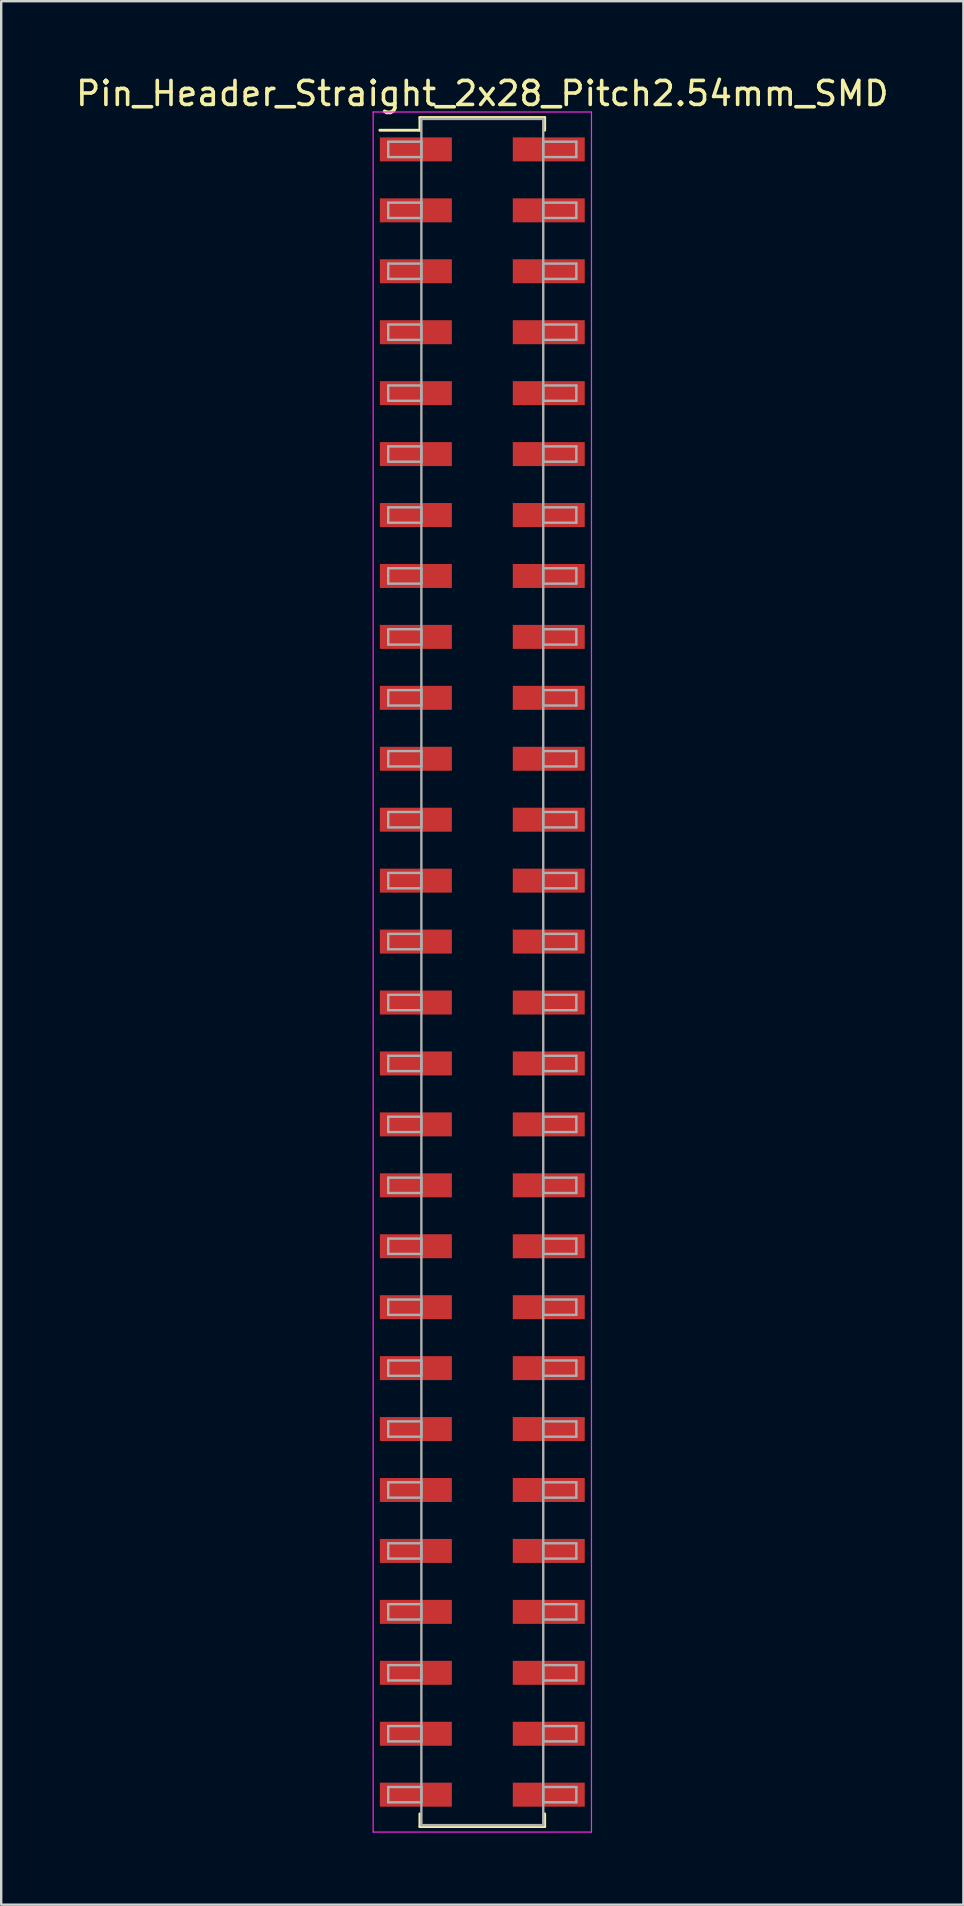
<source format=kicad_pcb>
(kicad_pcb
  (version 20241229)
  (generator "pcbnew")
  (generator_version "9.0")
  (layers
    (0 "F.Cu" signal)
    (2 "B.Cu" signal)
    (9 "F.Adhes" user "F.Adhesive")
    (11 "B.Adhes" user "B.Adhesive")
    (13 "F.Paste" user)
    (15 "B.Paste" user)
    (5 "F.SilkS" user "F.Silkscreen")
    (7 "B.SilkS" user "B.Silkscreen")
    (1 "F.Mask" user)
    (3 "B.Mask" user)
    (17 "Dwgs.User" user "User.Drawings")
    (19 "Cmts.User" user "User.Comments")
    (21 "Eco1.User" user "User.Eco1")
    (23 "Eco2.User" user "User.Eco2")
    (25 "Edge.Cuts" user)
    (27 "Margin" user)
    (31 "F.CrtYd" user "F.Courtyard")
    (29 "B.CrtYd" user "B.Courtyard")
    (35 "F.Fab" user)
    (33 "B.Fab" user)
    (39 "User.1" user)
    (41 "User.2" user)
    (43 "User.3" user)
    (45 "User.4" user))
  (footprint "Pin_Header_Straight_2x28_Pitch2.54mm_SMD"
    (layer "F.Cu")
    (at 17.054 37.468)
    (property "Reference" "Pin_Header_Straight_2x28_Pitch2.54mm_SMD" (at 0 -36.62 0) (layer "F.SilkS") (effects (font (size 1 1) (thickness 0.15))))
    (attr smd)
    (fp_line (start -4.27 -35.09) (end -2.6 -35.09) (stroke (width 0.12) (type solid)) (layer "F.SilkS"))
    (fp_line (start -2.6 -35.62) (end 2.6 -35.62) (stroke (width 0.12) (type solid)) (layer "F.SilkS"))
    (fp_line (start -2.6 -35.09) (end -2.6 -35.62) (stroke (width 0.12) (type solid)) (layer "F.SilkS"))
    (fp_line (start -2.6 35.09) (end -2.6 35.62) (stroke (width 0.12) (type solid)) (layer "F.SilkS"))
    (fp_line (start -2.6 35.62) (end 2.6 35.62) (stroke (width 0.12) (type solid)) (layer "F.SilkS"))
    (fp_line (start 2.6 -35.62) (end 2.6 -35.09) (stroke (width 0.12) (type solid)) (layer "F.SilkS"))
    (fp_line (start 2.6 35.62) (end 2.6 35.09) (stroke (width 0.12) (type solid)) (layer "F.SilkS"))
    (fp_line (start -4.55 -35.85) (end -4.55 35.85) (stroke (width 0.05) (type solid)) (layer "F.CrtYd"))
    (fp_line (start -4.55 35.85) (end 4.55 35.85) (stroke (width 0.05) (type solid)) (layer "F.CrtYd"))
    (fp_line (start 4.55 -35.85) (end -4.55 -35.85) (stroke (width 0.05) (type solid)) (layer "F.CrtYd"))
    (fp_line (start 4.55 35.85) (end 4.55 -35.85) (stroke (width 0.05) (type solid)) (layer "F.CrtYd"))
    (fp_line (start -3.92 -34.61) (end -2.54 -34.61) (stroke (width 0.1) (type solid)) (layer "F.Fab"))
    (fp_line (start -3.92 -33.97) (end -3.92 -34.61) (stroke (width 0.1) (type solid)) (layer "F.Fab"))
    (fp_line (start -3.92 -32.07) (end -2.54 -32.07) (stroke (width 0.1) (type solid)) (layer "F.Fab"))
    (fp_line (start -3.92 -31.43) (end -3.92 -32.07) (stroke (width 0.1) (type solid)) (layer "F.Fab"))
    (fp_line (start -3.92 -29.53) (end -2.54 -29.53) (stroke (width 0.1) (type solid)) (layer "F.Fab"))
    (fp_line (start -3.92 -28.89) (end -3.92 -29.53) (stroke (width 0.1) (type solid)) (layer "F.Fab"))
    (fp_line (start -3.92 -26.99) (end -2.54 -26.99) (stroke (width 0.1) (type solid)) (layer "F.Fab"))
    (fp_line (start -3.92 -26.35) (end -3.92 -26.99) (stroke (width 0.1) (type solid)) (layer "F.Fab"))
    (fp_line (start -3.92 -24.45) (end -2.54 -24.45) (stroke (width 0.1) (type solid)) (layer "F.Fab"))
    (fp_line (start -3.92 -23.81) (end -3.92 -24.45) (stroke (width 0.1) (type solid)) (layer "F.Fab"))
    (fp_line (start -3.92 -21.91) (end -2.54 -21.91) (stroke (width 0.1) (type solid)) (layer "F.Fab"))
    (fp_line (start -3.92 -21.27) (end -3.92 -21.91) (stroke (width 0.1) (type solid)) (layer "F.Fab"))
    (fp_line (start -3.92 -19.37) (end -2.54 -19.37) (stroke (width 0.1) (type solid)) (layer "F.Fab"))
    (fp_line (start -3.92 -18.73) (end -3.92 -19.37) (stroke (width 0.1) (type solid)) (layer "F.Fab"))
    (fp_line (start -3.92 -16.83) (end -2.54 -16.83) (stroke (width 0.1) (type solid)) (layer "F.Fab"))
    (fp_line (start -3.92 -16.19) (end -3.92 -16.83) (stroke (width 0.1) (type solid)) (layer "F.Fab"))
    (fp_line (start -3.92 -14.29) (end -2.54 -14.29) (stroke (width 0.1) (type solid)) (layer "F.Fab"))
    (fp_line (start -3.92 -13.65) (end -3.92 -14.29) (stroke (width 0.1) (type solid)) (layer "F.Fab"))
    (fp_line (start -3.92 -11.75) (end -2.54 -11.75) (stroke (width 0.1) (type solid)) (layer "F.Fab"))
    (fp_line (start -3.92 -11.11) (end -3.92 -11.75) (stroke (width 0.1) (type solid)) (layer "F.Fab"))
    (fp_line (start -3.92 -9.21) (end -2.54 -9.21) (stroke (width 0.1) (type solid)) (layer "F.Fab"))
    (fp_line (start -3.92 -8.57) (end -3.92 -9.21) (stroke (width 0.1) (type solid)) (layer "F.Fab"))
    (fp_line (start -3.92 -6.67) (end -2.54 -6.67) (stroke (width 0.1) (type solid)) (layer "F.Fab"))
    (fp_line (start -3.92 -6.03) (end -3.92 -6.67) (stroke (width 0.1) (type solid)) (layer "F.Fab"))
    (fp_line (start -3.92 -4.13) (end -2.54 -4.13) (stroke (width 0.1) (type solid)) (layer "F.Fab"))
    (fp_line (start -3.92 -3.49) (end -3.92 -4.13) (stroke (width 0.1) (type solid)) (layer "F.Fab"))
    (fp_line (start -3.92 -1.59) (end -2.54 -1.59) (stroke (width 0.1) (type solid)) (layer "F.Fab"))
    (fp_line (start -3.92 -0.95) (end -3.92 -1.59) (stroke (width 0.1) (type solid)) (layer "F.Fab"))
    (fp_line (start -3.92 0.95) (end -2.54 0.95) (stroke (width 0.1) (type solid)) (layer "F.Fab"))
    (fp_line (start -3.92 1.59) (end -3.92 0.95) (stroke (width 0.1) (type solid)) (layer "F.Fab"))
    (fp_line (start -3.92 3.49) (end -2.54 3.49) (stroke (width 0.1) (type solid)) (layer "F.Fab"))
    (fp_line (start -3.92 4.13) (end -3.92 3.49) (stroke (width 0.1) (type solid)) (layer "F.Fab"))
    (fp_line (start -3.92 6.03) (end -2.54 6.03) (stroke (width 0.1) (type solid)) (layer "F.Fab"))
    (fp_line (start -3.92 6.67) (end -3.92 6.03) (stroke (width 0.1) (type solid)) (layer "F.Fab"))
    (fp_line (start -3.92 8.57) (end -2.54 8.57) (stroke (width 0.1) (type solid)) (layer "F.Fab"))
    (fp_line (start -3.92 9.21) (end -3.92 8.57) (stroke (width 0.1) (type solid)) (layer "F.Fab"))
    (fp_line (start -3.92 11.11) (end -2.54 11.11) (stroke (width 0.1) (type solid)) (layer "F.Fab"))
    (fp_line (start -3.92 11.75) (end -3.92 11.11) (stroke (width 0.1) (type solid)) (layer "F.Fab"))
    (fp_line (start -3.92 13.65) (end -2.54 13.65) (stroke (width 0.1) (type solid)) (layer "F.Fab"))
    (fp_line (start -3.92 14.29) (end -3.92 13.65) (stroke (width 0.1) (type solid)) (layer "F.Fab"))
    (fp_line (start -3.92 16.19) (end -2.54 16.19) (stroke (width 0.1) (type solid)) (layer "F.Fab"))
    (fp_line (start -3.92 16.83) (end -3.92 16.19) (stroke (width 0.1) (type solid)) (layer "F.Fab"))
    (fp_line (start -3.92 18.73) (end -2.54 18.73) (stroke (width 0.1) (type solid)) (layer "F.Fab"))
    (fp_line (start -3.92 19.37) (end -3.92 18.73) (stroke (width 0.1) (type solid)) (layer "F.Fab"))
    (fp_line (start -3.92 21.27) (end -2.54 21.27) (stroke (width 0.1) (type solid)) (layer "F.Fab"))
    (fp_line (start -3.92 21.91) (end -3.92 21.27) (stroke (width 0.1) (type solid)) (layer "F.Fab"))
    (fp_line (start -3.92 23.81) (end -2.54 23.81) (stroke (width 0.1) (type solid)) (layer "F.Fab"))
    (fp_line (start -3.92 24.45) (end -3.92 23.81) (stroke (width 0.1) (type solid)) (layer "F.Fab"))
    (fp_line (start -3.92 26.35) (end -2.54 26.35) (stroke (width 0.1) (type solid)) (layer "F.Fab"))
    (fp_line (start -3.92 26.99) (end -3.92 26.35) (stroke (width 0.1) (type solid)) (layer "F.Fab"))
    (fp_line (start -3.92 28.89) (end -2.54 28.89) (stroke (width 0.1) (type solid)) (layer "F.Fab"))
    (fp_line (start -3.92 29.53) (end -3.92 28.89) (stroke (width 0.1) (type solid)) (layer "F.Fab"))
    (fp_line (start -3.92 31.43) (end -2.54 31.43) (stroke (width 0.1) (type solid)) (layer "F.Fab"))
    (fp_line (start -3.92 32.07) (end -3.92 31.43) (stroke (width 0.1) (type solid)) (layer "F.Fab"))
    (fp_line (start -3.92 33.97) (end -2.54 33.97) (stroke (width 0.1) (type solid)) (layer "F.Fab"))
    (fp_line (start -3.92 34.61) (end -3.92 33.97) (stroke (width 0.1) (type solid)) (layer "F.Fab"))
    (fp_line (start -2.54 -35.56) (end -2.54 35.56) (stroke (width 0.1) (type solid)) (layer "F.Fab"))
    (fp_line (start -2.54 -34.61) (end -2.54 -33.97) (stroke (width 0.1) (type solid)) (layer "F.Fab"))
    (fp_line (start -2.54 -33.97) (end -3.92 -33.97) (stroke (width 0.1) (type solid)) (layer "F.Fab"))
    (fp_line (start -2.54 -32.07) (end -2.54 -31.43) (stroke (width 0.1) (type solid)) (layer "F.Fab"))
    (fp_line (start -2.54 -31.43) (end -3.92 -31.43) (stroke (width 0.1) (type solid)) (layer "F.Fab"))
    (fp_line (start -2.54 -29.53) (end -2.54 -28.89) (stroke (width 0.1) (type solid)) (layer "F.Fab"))
    (fp_line (start -2.54 -28.89) (end -3.92 -28.89) (stroke (width 0.1) (type solid)) (layer "F.Fab"))
    (fp_line (start -2.54 -26.99) (end -2.54 -26.35) (stroke (width 0.1) (type solid)) (layer "F.Fab"))
    (fp_line (start -2.54 -26.35) (end -3.92 -26.35) (stroke (width 0.1) (type solid)) (layer "F.Fab"))
    (fp_line (start -2.54 -24.45) (end -2.54 -23.81) (stroke (width 0.1) (type solid)) (layer "F.Fab"))
    (fp_line (start -2.54 -23.81) (end -3.92 -23.81) (stroke (width 0.1) (type solid)) (layer "F.Fab"))
    (fp_line (start -2.54 -21.91) (end -2.54 -21.27) (stroke (width 0.1) (type solid)) (layer "F.Fab"))
    (fp_line (start -2.54 -21.27) (end -3.92 -21.27) (stroke (width 0.1) (type solid)) (layer "F.Fab"))
    (fp_line (start -2.54 -19.37) (end -2.54 -18.73) (stroke (width 0.1) (type solid)) (layer "F.Fab"))
    (fp_line (start -2.54 -18.73) (end -3.92 -18.73) (stroke (width 0.1) (type solid)) (layer "F.Fab"))
    (fp_line (start -2.54 -16.83) (end -2.54 -16.19) (stroke (width 0.1) (type solid)) (layer "F.Fab"))
    (fp_line (start -2.54 -16.19) (end -3.92 -16.19) (stroke (width 0.1) (type solid)) (layer "F.Fab"))
    (fp_line (start -2.54 -14.29) (end -2.54 -13.65) (stroke (width 0.1) (type solid)) (layer "F.Fab"))
    (fp_line (start -2.54 -13.65) (end -3.92 -13.65) (stroke (width 0.1) (type solid)) (layer "F.Fab"))
    (fp_line (start -2.54 -11.75) (end -2.54 -11.11) (stroke (width 0.1) (type solid)) (layer "F.Fab"))
    (fp_line (start -2.54 -11.11) (end -3.92 -11.11) (stroke (width 0.1) (type solid)) (layer "F.Fab"))
    (fp_line (start -2.54 -9.21) (end -2.54 -8.57) (stroke (width 0.1) (type solid)) (layer "F.Fab"))
    (fp_line (start -2.54 -8.57) (end -3.92 -8.57) (stroke (width 0.1) (type solid)) (layer "F.Fab"))
    (fp_line (start -2.54 -6.67) (end -2.54 -6.03) (stroke (width 0.1) (type solid)) (layer "F.Fab"))
    (fp_line (start -2.54 -6.03) (end -3.92 -6.03) (stroke (width 0.1) (type solid)) (layer "F.Fab"))
    (fp_line (start -2.54 -4.13) (end -2.54 -3.49) (stroke (width 0.1) (type solid)) (layer "F.Fab"))
    (fp_line (start -2.54 -3.49) (end -3.92 -3.49) (stroke (width 0.1) (type solid)) (layer "F.Fab"))
    (fp_line (start -2.54 -1.59) (end -2.54 -0.95) (stroke (width 0.1) (type solid)) (layer "F.Fab"))
    (fp_line (start -2.54 -0.95) (end -3.92 -0.95) (stroke (width 0.1) (type solid)) (layer "F.Fab"))
    (fp_line (start -2.54 0.95) (end -2.54 1.59) (stroke (width 0.1) (type solid)) (layer "F.Fab"))
    (fp_line (start -2.54 1.59) (end -3.92 1.59) (stroke (width 0.1) (type solid)) (layer "F.Fab"))
    (fp_line (start -2.54 3.49) (end -2.54 4.13) (stroke (width 0.1) (type solid)) (layer "F.Fab"))
    (fp_line (start -2.54 4.13) (end -3.92 4.13) (stroke (width 0.1) (type solid)) (layer "F.Fab"))
    (fp_line (start -2.54 6.03) (end -2.54 6.67) (stroke (width 0.1) (type solid)) (layer "F.Fab"))
    (fp_line (start -2.54 6.67) (end -3.92 6.67) (stroke (width 0.1) (type solid)) (layer "F.Fab"))
    (fp_line (start -2.54 8.57) (end -2.54 9.21) (stroke (width 0.1) (type solid)) (layer "F.Fab"))
    (fp_line (start -2.54 9.21) (end -3.92 9.21) (stroke (width 0.1) (type solid)) (layer "F.Fab"))
    (fp_line (start -2.54 11.11) (end -2.54 11.75) (stroke (width 0.1) (type solid)) (layer "F.Fab"))
    (fp_line (start -2.54 11.75) (end -3.92 11.75) (stroke (width 0.1) (type solid)) (layer "F.Fab"))
    (fp_line (start -2.54 13.65) (end -2.54 14.29) (stroke (width 0.1) (type solid)) (layer "F.Fab"))
    (fp_line (start -2.54 14.29) (end -3.92 14.29) (stroke (width 0.1) (type solid)) (layer "F.Fab"))
    (fp_line (start -2.54 16.19) (end -2.54 16.83) (stroke (width 0.1) (type solid)) (layer "F.Fab"))
    (fp_line (start -2.54 16.83) (end -3.92 16.83) (stroke (width 0.1) (type solid)) (layer "F.Fab"))
    (fp_line (start -2.54 18.73) (end -2.54 19.37) (stroke (width 0.1) (type solid)) (layer "F.Fab"))
    (fp_line (start -2.54 19.37) (end -3.92 19.37) (stroke (width 0.1) (type solid)) (layer "F.Fab"))
    (fp_line (start -2.54 21.27) (end -2.54 21.91) (stroke (width 0.1) (type solid)) (layer "F.Fab"))
    (fp_line (start -2.54 21.91) (end -3.92 21.91) (stroke (width 0.1) (type solid)) (layer "F.Fab"))
    (fp_line (start -2.54 23.81) (end -2.54 24.45) (stroke (width 0.1) (type solid)) (layer "F.Fab"))
    (fp_line (start -2.54 24.45) (end -3.92 24.45) (stroke (width 0.1) (type solid)) (layer "F.Fab"))
    (fp_line (start -2.54 26.35) (end -2.54 26.99) (stroke (width 0.1) (type solid)) (layer "F.Fab"))
    (fp_line (start -2.54 26.99) (end -3.92 26.99) (stroke (width 0.1) (type solid)) (layer "F.Fab"))
    (fp_line (start -2.54 28.89) (end -2.54 29.53) (stroke (width 0.1) (type solid)) (layer "F.Fab"))
    (fp_line (start -2.54 29.53) (end -3.92 29.53) (stroke (width 0.1) (type solid)) (layer "F.Fab"))
    (fp_line (start -2.54 31.43) (end -2.54 32.07) (stroke (width 0.1) (type solid)) (layer "F.Fab"))
    (fp_line (start -2.54 32.07) (end -3.92 32.07) (stroke (width 0.1) (type solid)) (layer "F.Fab"))
    (fp_line (start -2.54 33.97) (end -2.54 34.61) (stroke (width 0.1) (type solid)) (layer "F.Fab"))
    (fp_line (start -2.54 34.61) (end -3.92 34.61) (stroke (width 0.1) (type solid)) (layer "F.Fab"))
    (fp_line (start -2.54 35.56) (end 2.54 35.56) (stroke (width 0.1) (type solid)) (layer "F.Fab"))
    (fp_line (start 2.54 -35.56) (end -2.54 -35.56) (stroke (width 0.1) (type solid)) (layer "F.Fab"))
    (fp_line (start 2.54 -34.61) (end 2.54 -33.97) (stroke (width 0.1) (type solid)) (layer "F.Fab"))
    (fp_line (start 2.54 -33.97) (end 3.92 -33.97) (stroke (width 0.1) (type solid)) (layer "F.Fab"))
    (fp_line (start 2.54 -32.07) (end 2.54 -31.43) (stroke (width 0.1) (type solid)) (layer "F.Fab"))
    (fp_line (start 2.54 -31.43) (end 3.92 -31.43) (stroke (width 0.1) (type solid)) (layer "F.Fab"))
    (fp_line (start 2.54 -29.53) (end 2.54 -28.89) (stroke (width 0.1) (type solid)) (layer "F.Fab"))
    (fp_line (start 2.54 -28.89) (end 3.92 -28.89) (stroke (width 0.1) (type solid)) (layer "F.Fab"))
    (fp_line (start 2.54 -26.99) (end 2.54 -26.35) (stroke (width 0.1) (type solid)) (layer "F.Fab"))
    (fp_line (start 2.54 -26.35) (end 3.92 -26.35) (stroke (width 0.1) (type solid)) (layer "F.Fab"))
    (fp_line (start 2.54 -24.45) (end 2.54 -23.81) (stroke (width 0.1) (type solid)) (layer "F.Fab"))
    (fp_line (start 2.54 -23.81) (end 3.92 -23.81) (stroke (width 0.1) (type solid)) (layer "F.Fab"))
    (fp_line (start 2.54 -21.91) (end 2.54 -21.27) (stroke (width 0.1) (type solid)) (layer "F.Fab"))
    (fp_line (start 2.54 -21.27) (end 3.92 -21.27) (stroke (width 0.1) (type solid)) (layer "F.Fab"))
    (fp_line (start 2.54 -19.37) (end 2.54 -18.73) (stroke (width 0.1) (type solid)) (layer "F.Fab"))
    (fp_line (start 2.54 -18.73) (end 3.92 -18.73) (stroke (width 0.1) (type solid)) (layer "F.Fab"))
    (fp_line (start 2.54 -16.83) (end 2.54 -16.19) (stroke (width 0.1) (type solid)) (layer "F.Fab"))
    (fp_line (start 2.54 -16.19) (end 3.92 -16.19) (stroke (width 0.1) (type solid)) (layer "F.Fab"))
    (fp_line (start 2.54 -14.29) (end 2.54 -13.65) (stroke (width 0.1) (type solid)) (layer "F.Fab"))
    (fp_line (start 2.54 -13.65) (end 3.92 -13.65) (stroke (width 0.1) (type solid)) (layer "F.Fab"))
    (fp_line (start 2.54 -11.75) (end 2.54 -11.11) (stroke (width 0.1) (type solid)) (layer "F.Fab"))
    (fp_line (start 2.54 -11.11) (end 3.92 -11.11) (stroke (width 0.1) (type solid)) (layer "F.Fab"))
    (fp_line (start 2.54 -9.21) (end 2.54 -8.57) (stroke (width 0.1) (type solid)) (layer "F.Fab"))
    (fp_line (start 2.54 -8.57) (end 3.92 -8.57) (stroke (width 0.1) (type solid)) (layer "F.Fab"))
    (fp_line (start 2.54 -6.67) (end 2.54 -6.03) (stroke (width 0.1) (type solid)) (layer "F.Fab"))
    (fp_line (start 2.54 -6.03) (end 3.92 -6.03) (stroke (width 0.1) (type solid)) (layer "F.Fab"))
    (fp_line (start 2.54 -4.13) (end 2.54 -3.49) (stroke (width 0.1) (type solid)) (layer "F.Fab"))
    (fp_line (start 2.54 -3.49) (end 3.92 -3.49) (stroke (width 0.1) (type solid)) (layer "F.Fab"))
    (fp_line (start 2.54 -1.59) (end 2.54 -0.95) (stroke (width 0.1) (type solid)) (layer "F.Fab"))
    (fp_line (start 2.54 -0.95) (end 3.92 -0.95) (stroke (width 0.1) (type solid)) (layer "F.Fab"))
    (fp_line (start 2.54 0.95) (end 2.54 1.59) (stroke (width 0.1) (type solid)) (layer "F.Fab"))
    (fp_line (start 2.54 1.59) (end 3.92 1.59) (stroke (width 0.1) (type solid)) (layer "F.Fab"))
    (fp_line (start 2.54 3.49) (end 2.54 4.13) (stroke (width 0.1) (type solid)) (layer "F.Fab"))
    (fp_line (start 2.54 4.13) (end 3.92 4.13) (stroke (width 0.1) (type solid)) (layer "F.Fab"))
    (fp_line (start 2.54 6.03) (end 2.54 6.67) (stroke (width 0.1) (type solid)) (layer "F.Fab"))
    (fp_line (start 2.54 6.67) (end 3.92 6.67) (stroke (width 0.1) (type solid)) (layer "F.Fab"))
    (fp_line (start 2.54 8.57) (end 2.54 9.21) (stroke (width 0.1) (type solid)) (layer "F.Fab"))
    (fp_line (start 2.54 9.21) (end 3.92 9.21) (stroke (width 0.1) (type solid)) (layer "F.Fab"))
    (fp_line (start 2.54 11.11) (end 2.54 11.75) (stroke (width 0.1) (type solid)) (layer "F.Fab"))
    (fp_line (start 2.54 11.75) (end 3.92 11.75) (stroke (width 0.1) (type solid)) (layer "F.Fab"))
    (fp_line (start 2.54 13.65) (end 2.54 14.29) (stroke (width 0.1) (type solid)) (layer "F.Fab"))
    (fp_line (start 2.54 14.29) (end 3.92 14.29) (stroke (width 0.1) (type solid)) (layer "F.Fab"))
    (fp_line (start 2.54 16.19) (end 2.54 16.83) (stroke (width 0.1) (type solid)) (layer "F.Fab"))
    (fp_line (start 2.54 16.83) (end 3.92 16.83) (stroke (width 0.1) (type solid)) (layer "F.Fab"))
    (fp_line (start 2.54 18.73) (end 2.54 19.37) (stroke (width 0.1) (type solid)) (layer "F.Fab"))
    (fp_line (start 2.54 19.37) (end 3.92 19.37) (stroke (width 0.1) (type solid)) (layer "F.Fab"))
    (fp_line (start 2.54 21.27) (end 2.54 21.91) (stroke (width 0.1) (type solid)) (layer "F.Fab"))
    (fp_line (start 2.54 21.91) (end 3.92 21.91) (stroke (width 0.1) (type solid)) (layer "F.Fab"))
    (fp_line (start 2.54 23.81) (end 2.54 24.45) (stroke (width 0.1) (type solid)) (layer "F.Fab"))
    (fp_line (start 2.54 24.45) (end 3.92 24.45) (stroke (width 0.1) (type solid)) (layer "F.Fab"))
    (fp_line (start 2.54 26.35) (end 2.54 26.99) (stroke (width 0.1) (type solid)) (layer "F.Fab"))
    (fp_line (start 2.54 26.99) (end 3.92 26.99) (stroke (width 0.1) (type solid)) (layer "F.Fab"))
    (fp_line (start 2.54 28.89) (end 2.54 29.53) (stroke (width 0.1) (type solid)) (layer "F.Fab"))
    (fp_line (start 2.54 29.53) (end 3.92 29.53) (stroke (width 0.1) (type solid)) (layer "F.Fab"))
    (fp_line (start 2.54 31.43) (end 2.54 32.07) (stroke (width 0.1) (type solid)) (layer "F.Fab"))
    (fp_line (start 2.54 32.07) (end 3.92 32.07) (stroke (width 0.1) (type solid)) (layer "F.Fab"))
    (fp_line (start 2.54 33.97) (end 2.54 34.61) (stroke (width 0.1) (type solid)) (layer "F.Fab"))
    (fp_line (start 2.54 34.61) (end 3.92 34.61) (stroke (width 0.1) (type solid)) (layer "F.Fab"))
    (fp_line (start 2.54 35.56) (end 2.54 -35.56) (stroke (width 0.1) (type solid)) (layer "F.Fab"))
    (fp_line (start 3.92 -34.61) (end 2.54 -34.61) (stroke (width 0.1) (type solid)) (layer "F.Fab"))
    (fp_line (start 3.92 -33.97) (end 3.92 -34.61) (stroke (width 0.1) (type solid)) (layer "F.Fab"))
    (fp_line (start 3.92 -32.07) (end 2.54 -32.07) (stroke (width 0.1) (type solid)) (layer "F.Fab"))
    (fp_line (start 3.92 -31.43) (end 3.92 -32.07) (stroke (width 0.1) (type solid)) (layer "F.Fab"))
    (fp_line (start 3.92 -29.53) (end 2.54 -29.53) (stroke (width 0.1) (type solid)) (layer "F.Fab"))
    (fp_line (start 3.92 -28.89) (end 3.92 -29.53) (stroke (width 0.1) (type solid)) (layer "F.Fab"))
    (fp_line (start 3.92 -26.99) (end 2.54 -26.99) (stroke (width 0.1) (type solid)) (layer "F.Fab"))
    (fp_line (start 3.92 -26.35) (end 3.92 -26.99) (stroke (width 0.1) (type solid)) (layer "F.Fab"))
    (fp_line (start 3.92 -24.45) (end 2.54 -24.45) (stroke (width 0.1) (type solid)) (layer "F.Fab"))
    (fp_line (start 3.92 -23.81) (end 3.92 -24.45) (stroke (width 0.1) (type solid)) (layer "F.Fab"))
    (fp_line (start 3.92 -21.91) (end 2.54 -21.91) (stroke (width 0.1) (type solid)) (layer "F.Fab"))
    (fp_line (start 3.92 -21.27) (end 3.92 -21.91) (stroke (width 0.1) (type solid)) (layer "F.Fab"))
    (fp_line (start 3.92 -19.37) (end 2.54 -19.37) (stroke (width 0.1) (type solid)) (layer "F.Fab"))
    (fp_line (start 3.92 -18.73) (end 3.92 -19.37) (stroke (width 0.1) (type solid)) (layer "F.Fab"))
    (fp_line (start 3.92 -16.83) (end 2.54 -16.83) (stroke (width 0.1) (type solid)) (layer "F.Fab"))
    (fp_line (start 3.92 -16.19) (end 3.92 -16.83) (stroke (width 0.1) (type solid)) (layer "F.Fab"))
    (fp_line (start 3.92 -14.29) (end 2.54 -14.29) (stroke (width 0.1) (type solid)) (layer "F.Fab"))
    (fp_line (start 3.92 -13.65) (end 3.92 -14.29) (stroke (width 0.1) (type solid)) (layer "F.Fab"))
    (fp_line (start 3.92 -11.75) (end 2.54 -11.75) (stroke (width 0.1) (type solid)) (layer "F.Fab"))
    (fp_line (start 3.92 -11.11) (end 3.92 -11.75) (stroke (width 0.1) (type solid)) (layer "F.Fab"))
    (fp_line (start 3.92 -9.21) (end 2.54 -9.21) (stroke (width 0.1) (type solid)) (layer "F.Fab"))
    (fp_line (start 3.92 -8.57) (end 3.92 -9.21) (stroke (width 0.1) (type solid)) (layer "F.Fab"))
    (fp_line (start 3.92 -6.67) (end 2.54 -6.67) (stroke (width 0.1) (type solid)) (layer "F.Fab"))
    (fp_line (start 3.92 -6.03) (end 3.92 -6.67) (stroke (width 0.1) (type solid)) (layer "F.Fab"))
    (fp_line (start 3.92 -4.13) (end 2.54 -4.13) (stroke (width 0.1) (type solid)) (layer "F.Fab"))
    (fp_line (start 3.92 -3.49) (end 3.92 -4.13) (stroke (width 0.1) (type solid)) (layer "F.Fab"))
    (fp_line (start 3.92 -1.59) (end 2.54 -1.59) (stroke (width 0.1) (type solid)) (layer "F.Fab"))
    (fp_line (start 3.92 -0.95) (end 3.92 -1.59) (stroke (width 0.1) (type solid)) (layer "F.Fab"))
    (fp_line (start 3.92 0.95) (end 2.54 0.95) (stroke (width 0.1) (type solid)) (layer "F.Fab"))
    (fp_line (start 3.92 1.59) (end 3.92 0.95) (stroke (width 0.1) (type solid)) (layer "F.Fab"))
    (fp_line (start 3.92 3.49) (end 2.54 3.49) (stroke (width 0.1) (type solid)) (layer "F.Fab"))
    (fp_line (start 3.92 4.13) (end 3.92 3.49) (stroke (width 0.1) (type solid)) (layer "F.Fab"))
    (fp_line (start 3.92 6.03) (end 2.54 6.03) (stroke (width 0.1) (type solid)) (layer "F.Fab"))
    (fp_line (start 3.92 6.67) (end 3.92 6.03) (stroke (width 0.1) (type solid)) (layer "F.Fab"))
    (fp_line (start 3.92 8.57) (end 2.54 8.57) (stroke (width 0.1) (type solid)) (layer "F.Fab"))
    (fp_line (start 3.92 9.21) (end 3.92 8.57) (stroke (width 0.1) (type solid)) (layer "F.Fab"))
    (fp_line (start 3.92 11.11) (end 2.54 11.11) (stroke (width 0.1) (type solid)) (layer "F.Fab"))
    (fp_line (start 3.92 11.75) (end 3.92 11.11) (stroke (width 0.1) (type solid)) (layer "F.Fab"))
    (fp_line (start 3.92 13.65) (end 2.54 13.65) (stroke (width 0.1) (type solid)) (layer "F.Fab"))
    (fp_line (start 3.92 14.29) (end 3.92 13.65) (stroke (width 0.1) (type solid)) (layer "F.Fab"))
    (fp_line (start 3.92 16.19) (end 2.54 16.19) (stroke (width 0.1) (type solid)) (layer "F.Fab"))
    (fp_line (start 3.92 16.83) (end 3.92 16.19) (stroke (width 0.1) (type solid)) (layer "F.Fab"))
    (fp_line (start 3.92 18.73) (end 2.54 18.73) (stroke (width 0.1) (type solid)) (layer "F.Fab"))
    (fp_line (start 3.92 19.37) (end 3.92 18.73) (stroke (width 0.1) (type solid)) (layer "F.Fab"))
    (fp_line (start 3.92 21.27) (end 2.54 21.27) (stroke (width 0.1) (type solid)) (layer "F.Fab"))
    (fp_line (start 3.92 21.91) (end 3.92 21.27) (stroke (width 0.1) (type solid)) (layer "F.Fab"))
    (fp_line (start 3.92 23.81) (end 2.54 23.81) (stroke (width 0.1) (type solid)) (layer "F.Fab"))
    (fp_line (start 3.92 24.45) (end 3.92 23.81) (stroke (width 0.1) (type solid)) (layer "F.Fab"))
    (fp_line (start 3.92 26.35) (end 2.54 26.35) (stroke (width 0.1) (type solid)) (layer "F.Fab"))
    (fp_line (start 3.92 26.99) (end 3.92 26.35) (stroke (width 0.1) (type solid)) (layer "F.Fab"))
    (fp_line (start 3.92 28.89) (end 2.54 28.89) (stroke (width 0.1) (type solid)) (layer "F.Fab"))
    (fp_line (start 3.92 29.53) (end 3.92 28.89) (stroke (width 0.1) (type solid)) (layer "F.Fab"))
    (fp_line (start 3.92 31.43) (end 2.54 31.43) (stroke (width 0.1) (type solid)) (layer "F.Fab"))
    (fp_line (start 3.92 32.07) (end 3.92 31.43) (stroke (width 0.1) (type solid)) (layer "F.Fab"))
    (fp_line (start 3.92 33.97) (end 2.54 33.97) (stroke (width 0.1) (type solid)) (layer "F.Fab"))
    (fp_line (start 3.92 34.61) (end 3.92 33.97) (stroke (width 0.1) (type solid)) (layer "F.Fab"))
    (pad "1" smd rect (at -2.77 -34.29) (size 3 1) (layers "F.Cu" "F.Mask"))
    (pad "2" smd rect (at 2.77 -34.29) (size 3 1) (layers "F.Cu" "F.Mask"))
    (pad "3" smd rect (at -2.77 -31.75) (size 3 1) (layers "F.Cu" "F.Mask"))
    (pad "4" smd rect (at 2.77 -31.75) (size 3 1) (layers "F.Cu" "F.Mask"))
    (pad "5" smd rect (at -2.77 -29.21) (size 3 1) (layers "F.Cu" "F.Mask"))
    (pad "6" smd rect (at 2.77 -29.21) (size 3 1) (layers "F.Cu" "F.Mask"))
    (pad "7" smd rect (at -2.77 -26.67) (size 3 1) (layers "F.Cu" "F.Mask"))
    (pad "8" smd rect (at 2.77 -26.67) (size 3 1) (layers "F.Cu" "F.Mask"))
    (pad "9" smd rect (at -2.77 -24.13) (size 3 1) (layers "F.Cu" "F.Mask"))
    (pad "10" smd rect (at 2.77 -24.13) (size 3 1) (layers "F.Cu" "F.Mask"))
    (pad "11" smd rect (at -2.77 -21.59) (size 3 1) (layers "F.Cu" "F.Mask"))
    (pad "12" smd rect (at 2.77 -21.59) (size 3 1) (layers "F.Cu" "F.Mask"))
    (pad "13" smd rect (at -2.77 -19.05) (size 3 1) (layers "F.Cu" "F.Mask"))
    (pad "14" smd rect (at 2.77 -19.05) (size 3 1) (layers "F.Cu" "F.Mask"))
    (pad "15" smd rect (at -2.77 -16.51) (size 3 1) (layers "F.Cu" "F.Mask"))
    (pad "16" smd rect (at 2.77 -16.51) (size 3 1) (layers "F.Cu" "F.Mask"))
    (pad "17" smd rect (at -2.77 -13.97) (size 3 1) (layers "F.Cu" "F.Mask"))
    (pad "18" smd rect (at 2.77 -13.97) (size 3 1) (layers "F.Cu" "F.Mask"))
    (pad "19" smd rect (at -2.77 -11.43) (size 3 1) (layers "F.Cu" "F.Mask"))
    (pad "20" smd rect (at 2.77 -11.43) (size 3 1) (layers "F.Cu" "F.Mask"))
    (pad "21" smd rect (at -2.77 -8.89) (size 3 1) (layers "F.Cu" "F.Mask"))
    (pad "22" smd rect (at 2.77 -8.89) (size 3 1) (layers "F.Cu" "F.Mask"))
    (pad "23" smd rect (at -2.77 -6.35) (size 3 1) (layers "F.Cu" "F.Mask"))
    (pad "24" smd rect (at 2.77 -6.35) (size 3 1) (layers "F.Cu" "F.Mask"))
    (pad "25" smd rect (at -2.77 -3.81) (size 3 1) (layers "F.Cu" "F.Mask"))
    (pad "26" smd rect (at 2.77 -3.81) (size 3 1) (layers "F.Cu" "F.Mask"))
    (pad "27" smd rect (at -2.77 -1.27) (size 3 1) (layers "F.Cu" "F.Mask"))
    (pad "28" smd rect (at 2.77 -1.27) (size 3 1) (layers "F.Cu" "F.Mask"))
    (pad "29" smd rect (at -2.77 1.27) (size 3 1) (layers "F.Cu" "F.Mask"))
    (pad "30" smd rect (at 2.77 1.27) (size 3 1) (layers "F.Cu" "F.Mask"))
    (pad "31" smd rect (at -2.77 3.81) (size 3 1) (layers "F.Cu" "F.Mask"))
    (pad "32" smd rect (at 2.77 3.81) (size 3 1) (layers "F.Cu" "F.Mask"))
    (pad "33" smd rect (at -2.77 6.35) (size 3 1) (layers "F.Cu" "F.Mask"))
    (pad "34" smd rect (at 2.77 6.35) (size 3 1) (layers "F.Cu" "F.Mask"))
    (pad "35" smd rect (at -2.77 8.89) (size 3 1) (layers "F.Cu" "F.Mask"))
    (pad "36" smd rect (at 2.77 8.89) (size 3 1) (layers "F.Cu" "F.Mask"))
    (pad "37" smd rect (at -2.77 11.43) (size 3 1) (layers "F.Cu" "F.Mask"))
    (pad "38" smd rect (at 2.77 11.43) (size 3 1) (layers "F.Cu" "F.Mask"))
    (pad "39" smd rect (at -2.77 13.97) (size 3 1) (layers "F.Cu" "F.Mask"))
    (pad "40" smd rect (at 2.77 13.97) (size 3 1) (layers "F.Cu" "F.Mask"))
    (pad "41" smd rect (at -2.77 16.51) (size 3 1) (layers "F.Cu" "F.Mask"))
    (pad "42" smd rect (at 2.77 16.51) (size 3 1) (layers "F.Cu" "F.Mask"))
    (pad "43" smd rect (at -2.77 19.05) (size 3 1) (layers "F.Cu" "F.Mask"))
    (pad "44" smd rect (at 2.77 19.05) (size 3 1) (layers "F.Cu" "F.Mask"))
    (pad "45" smd rect (at -2.77 21.59) (size 3 1) (layers "F.Cu" "F.Mask"))
    (pad "46" smd rect (at 2.77 21.59) (size 3 1) (layers "F.Cu" "F.Mask"))
    (pad "47" smd rect (at -2.77 24.13) (size 3 1) (layers "F.Cu" "F.Mask"))
    (pad "48" smd rect (at 2.77 24.13) (size 3 1) (layers "F.Cu" "F.Mask"))
    (pad "49" smd rect (at -2.77 26.67) (size 3 1) (layers "F.Cu" "F.Mask"))
    (pad "50" smd rect (at 2.77 26.67) (size 3 1) (layers "F.Cu" "F.Mask"))
    (pad "51" smd rect (at -2.77 29.21) (size 3 1) (layers "F.Cu" "F.Mask"))
    (pad "52" smd rect (at 2.77 29.21) (size 3 1) (layers "F.Cu" "F.Mask"))
    (pad "53" smd rect (at -2.77 31.75) (size 3 1) (layers "F.Cu" "F.Mask"))
    (pad "54" smd rect (at 2.77 31.75) (size 3 1) (layers "F.Cu" "F.Mask"))
    (pad "55" smd rect (at -2.77 34.29) (size 3 1) (layers "F.Cu" "F.Mask"))
    (pad "56" smd rect (at 2.77 34.29) (size 3 1) (layers "F.Cu" "F.Mask")))
  (gr_rect
    (start -3 -3)
    (end 37.107 76.343)
    (stroke (width 0.1) (type default))
    (fill no)
    (layer "Edge.Cuts")))
</source>
